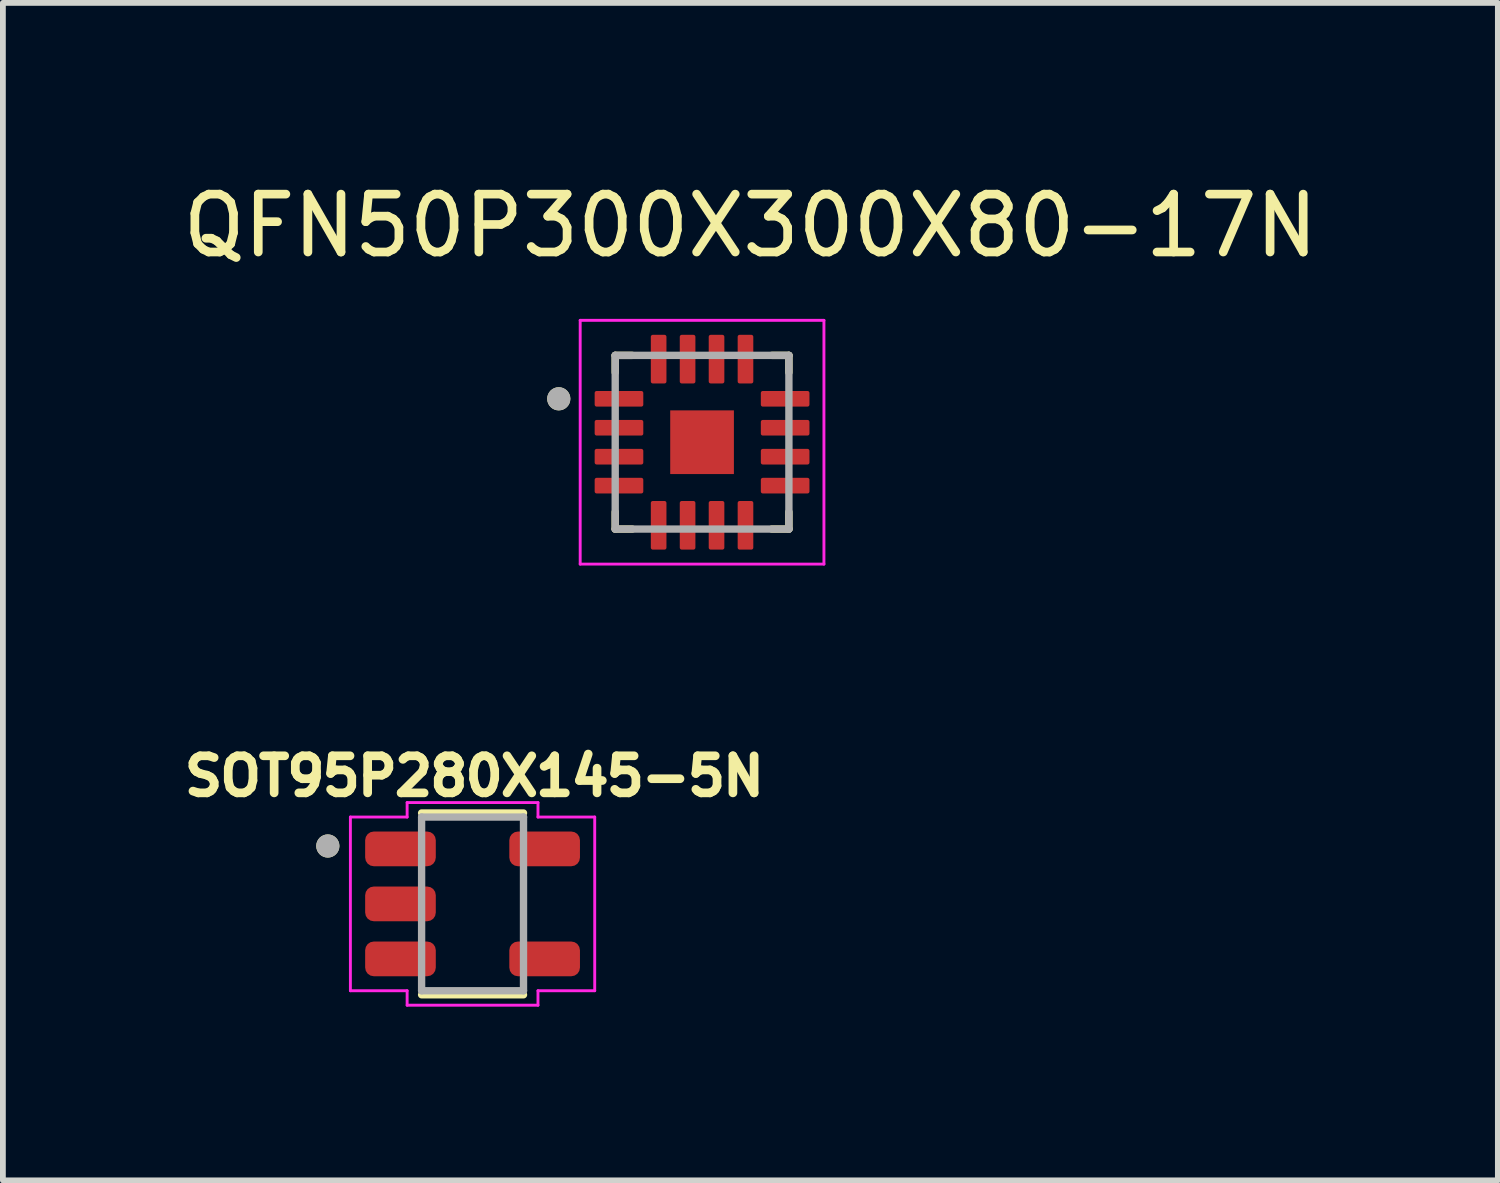
<source format=kicad_pcb>
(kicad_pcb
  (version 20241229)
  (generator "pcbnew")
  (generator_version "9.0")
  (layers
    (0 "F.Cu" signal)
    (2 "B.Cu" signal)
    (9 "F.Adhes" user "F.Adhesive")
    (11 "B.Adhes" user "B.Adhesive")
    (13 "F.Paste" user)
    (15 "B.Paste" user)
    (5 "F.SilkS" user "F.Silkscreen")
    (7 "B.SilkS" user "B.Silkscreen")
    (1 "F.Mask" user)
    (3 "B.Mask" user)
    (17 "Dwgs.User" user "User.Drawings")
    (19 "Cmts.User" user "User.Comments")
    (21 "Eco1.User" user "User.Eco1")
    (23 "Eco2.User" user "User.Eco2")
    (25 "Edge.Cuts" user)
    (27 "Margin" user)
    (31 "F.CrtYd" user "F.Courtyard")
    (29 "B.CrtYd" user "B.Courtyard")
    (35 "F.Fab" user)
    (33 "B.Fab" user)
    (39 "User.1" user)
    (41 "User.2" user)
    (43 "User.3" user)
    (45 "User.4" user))
  (footprint "SOT95P280X145-5N"
    (layer "F.Cu")
    (at 5.112 12.562)
    (property "Reference" "SOT95P280X145-5N" (at 0.032 -2.206 0) (layer "F.SilkS") (effects (font (size 0.64 0.64) (thickness 0.15))))
    (attr smd)
    (fp_line (start -0.88 -1.57) (end 0.88 -1.57) (stroke (width 0.127) (type solid)) (layer "F.SilkS"))
    (fp_line (start -0.88 1.57) (end 0.88 1.57) (stroke (width 0.127) (type solid)) (layer "F.SilkS"))
    (fp_circle (center -2.5 -1) (end -2.4 -1) (stroke (width 0.2) (type solid)) (fill no) (layer "F.SilkS"))
    (fp_line (start -2.11 -1.5) (end -2.11 1.5) (stroke (width 0.05) (type solid)) (layer "F.CrtYd"))
    (fp_line (start -2.11 -1.5) (end -1.13 -1.5) (stroke (width 0.05) (type solid)) (layer "F.CrtYd"))
    (fp_line (start -1.13 -1.75) (end 1.13 -1.75) (stroke (width 0.05) (type solid)) (layer "F.CrtYd"))
    (fp_line (start -1.13 -1.5) (end -1.13 -1.75) (stroke (width 0.05) (type solid)) (layer "F.CrtYd"))
    (fp_line (start -1.13 1.5) (end -2.11 1.5) (stroke (width 0.05) (type solid)) (layer "F.CrtYd"))
    (fp_line (start -1.13 1.75) (end -1.13 1.5) (stroke (width 0.05) (type solid)) (layer "F.CrtYd"))
    (fp_line (start 1.13 -1.75) (end 1.13 -1.5) (stroke (width 0.05) (type solid)) (layer "F.CrtYd"))
    (fp_line (start 1.13 -1.5) (end 2.11 -1.5) (stroke (width 0.05) (type solid)) (layer "F.CrtYd"))
    (fp_line (start 1.13 1.5) (end 1.13 1.75) (stroke (width 0.05) (type solid)) (layer "F.CrtYd"))
    (fp_line (start 1.13 1.75) (end -1.13 1.75) (stroke (width 0.05) (type solid)) (layer "F.CrtYd"))
    (fp_line (start 2.11 1.5) (end 1.13 1.5) (stroke (width 0.05) (type solid)) (layer "F.CrtYd"))
    (fp_line (start 2.11 1.5) (end 2.11 -1.5) (stroke (width 0.05) (type solid)) (layer "F.CrtYd"))
    (fp_line (start -0.88 -1.5) (end 0.88 -1.5) (stroke (width 0.127) (type solid)) (layer "F.Fab"))
    (fp_line (start -0.88 1.5) (end -0.88 -1.5) (stroke (width 0.127) (type solid)) (layer "F.Fab"))
    (fp_line (start 0.88 -1.5) (end 0.88 1.5) (stroke (width 0.127) (type solid)) (layer "F.Fab"))
    (fp_line (start 0.88 1.5) (end -0.88 1.5) (stroke (width 0.127) (type solid)) (layer "F.Fab"))
    (fp_circle (center -2.5 -1) (end -2.4 -1) (stroke (width 0.2) (type solid)) (fill no) (layer "F.Fab"))
    (pad "1" smd roundrect (at -1.245 -0.95) (size 1.22 0.6) (layers "F.Cu" "F.Mask" "F.Paste") (roundrect_rratio 0.25))
    (pad "2" smd roundrect (at -1.245 0) (size 1.22 0.6) (layers "F.Cu" "F.Mask" "F.Paste") (roundrect_rratio 0.25))
    (pad "3" smd roundrect (at -1.245 0.95) (size 1.22 0.6) (layers "F.Cu" "F.Mask" "F.Paste") (roundrect_rratio 0.25))
    (pad "4" smd roundrect (at 1.245 0.95) (size 1.22 0.6) (layers "F.Cu" "F.Mask" "F.Paste") (roundrect_rratio 0.25))
    (pad "5" smd roundrect (at 1.245 -0.95) (size 1.22 0.6) (layers "F.Cu" "F.Mask" "F.Paste") (roundrect_rratio 0.25)))
  (footprint "QFN50P300X300X80-17N"
    (layer "F.Cu")
    (at 9.076 4.588)
    (property "Reference" "QFN50P300X300X80-17N" (at 0.835 -3.74 0) (layer "F.SilkS") (effects (font (size 1 1) (thickness 0.15))))
    (attr smd)
    (fp_line (start -1.5 -1.5) (end -1.5 -1.205) (stroke (width 0.127) (type solid)) (layer "F.SilkS"))
    (fp_line (start -1.5 -1.5) (end -1.205 -1.5) (stroke (width 0.127) (type solid)) (layer "F.SilkS"))
    (fp_line (start -1.5 1.5) (end -1.5 1.205) (stroke (width 0.127) (type solid)) (layer "F.SilkS"))
    (fp_line (start -1.5 1.5) (end -1.205 1.5) (stroke (width 0.127) (type solid)) (layer "F.SilkS"))
    (fp_line (start 1.5 -1.5) (end 1.205 -1.5) (stroke (width 0.127) (type solid)) (layer "F.SilkS"))
    (fp_line (start 1.5 -1.5) (end 1.5 -1.205) (stroke (width 0.127) (type solid)) (layer "F.SilkS"))
    (fp_line (start 1.5 1.5) (end 1.205 1.5) (stroke (width 0.127) (type solid)) (layer "F.SilkS"))
    (fp_line (start 1.5 1.5) (end 1.5 1.205) (stroke (width 0.127) (type solid)) (layer "F.SilkS"))
    (fp_circle (center -2.475 -0.75) (end -2.375 -0.75) (stroke (width 0.2) (type solid)) (fill no) (layer "F.SilkS"))
    (fp_poly (pts (xy -0.35 -0.35) (xy 0.35 -0.35) (xy 0.35 0.35) (xy -0.35 0.35)) (stroke (width 0.01) (type solid)) (fill yes) (layer "F.Paste"))
    (fp_line (start -2.105 -2.105) (end 2.105 -2.105) (stroke (width 0.05) (type solid)) (layer "F.CrtYd"))
    (fp_line (start -2.105 2.105) (end -2.105 -2.105) (stroke (width 0.05) (type solid)) (layer "F.CrtYd"))
    (fp_line (start -2.105 2.105) (end 2.105 2.105) (stroke (width 0.05) (type solid)) (layer "F.CrtYd"))
    (fp_line (start 2.105 2.105) (end 2.105 -2.105) (stroke (width 0.05) (type solid)) (layer "F.CrtYd"))
    (fp_line (start -1.5 1.5) (end -1.5 -1.5) (stroke (width 0.127) (type solid)) (layer "F.Fab"))
    (fp_line (start 1.5 -1.5) (end -1.5 -1.5) (stroke (width 0.127) (type solid)) (layer "F.Fab"))
    (fp_line (start 1.5 1.5) (end -1.5 1.5) (stroke (width 0.127) (type solid)) (layer "F.Fab"))
    (fp_line (start 1.5 1.5) (end 1.5 -1.5) (stroke (width 0.127) (type solid)) (layer "F.Fab"))
    (fp_circle (center -2.475 -0.75) (end -2.375 -0.75) (stroke (width 0.2) (type solid)) (fill no) (layer "F.Fab"))
    (pad "1" smd roundrect (at -1.435 -0.75) (size 0.84 0.27) (layers "F.Cu" "F.Mask" "F.Paste") (roundrect_rratio 0.125))
    (pad "2" smd roundrect (at -1.435 -0.25) (size 0.84 0.27) (layers "F.Cu" "F.Mask" "F.Paste") (roundrect_rratio 0.125))
    (pad "3" smd roundrect (at -1.435 0.25) (size 0.84 0.27) (layers "F.Cu" "F.Mask" "F.Paste") (roundrect_rratio 0.125))
    (pad "4" smd roundrect (at -1.435 0.75) (size 0.84 0.27) (layers "F.Cu" "F.Mask" "F.Paste") (roundrect_rratio 0.125))
    (pad "5" smd roundrect (at -0.75 1.435) (size 0.27 0.84) (layers "F.Cu" "F.Mask" "F.Paste") (roundrect_rratio 0.125))
    (pad "6" smd roundrect (at -0.25 1.435) (size 0.27 0.84) (layers "F.Cu" "F.Mask" "F.Paste") (roundrect_rratio 0.125))
    (pad "7" smd roundrect (at 0.25 1.435) (size 0.27 0.84) (layers "F.Cu" "F.Mask" "F.Paste") (roundrect_rratio 0.125))
    (pad "8" smd roundrect (at 0.75 1.435) (size 0.27 0.84) (layers "F.Cu" "F.Mask" "F.Paste") (roundrect_rratio 0.125))
    (pad "9" smd roundrect (at 1.435 0.75) (size 0.84 0.27) (layers "F.Cu" "F.Mask" "F.Paste") (roundrect_rratio 0.125))
    (pad "10" smd roundrect (at 1.435 0.25) (size 0.84 0.27) (layers "F.Cu" "F.Mask" "F.Paste") (roundrect_rratio 0.125))
    (pad "11" smd roundrect (at 1.435 -0.25) (size 0.84 0.27) (layers "F.Cu" "F.Mask" "F.Paste") (roundrect_rratio 0.125))
    (pad "12" smd roundrect (at 1.435 -0.75) (size 0.84 0.27) (layers "F.Cu" "F.Mask" "F.Paste") (roundrect_rratio 0.125))
    (pad "13" smd roundrect (at 0.75 -1.435) (size 0.27 0.84) (layers "F.Cu" "F.Mask" "F.Paste") (roundrect_rratio 0.125))
    (pad "14" smd roundrect (at 0.25 -1.435) (size 0.27 0.84) (layers "F.Cu" "F.Mask" "F.Paste") (roundrect_rratio 0.125))
    (pad "15" smd roundrect (at -0.25 -1.435) (size 0.27 0.84) (layers "F.Cu" "F.Mask" "F.Paste") (roundrect_rratio 0.125))
    (pad "16" smd roundrect (at -0.75 -1.435) (size 0.27 0.84) (layers "F.Cu" "F.Mask" "F.Paste") (roundrect_rratio 0.125))
    (pad "17" smd rect (at 0 0) (size 1.1 1.1) (layers "F.Cu" "F.Mask")))
  (gr_rect
    (start -3 -3)
    (end 22.821 17.337)
    (stroke (width 0.1) (type default))
    (fill no)
    (layer "Edge.Cuts")))
</source>
